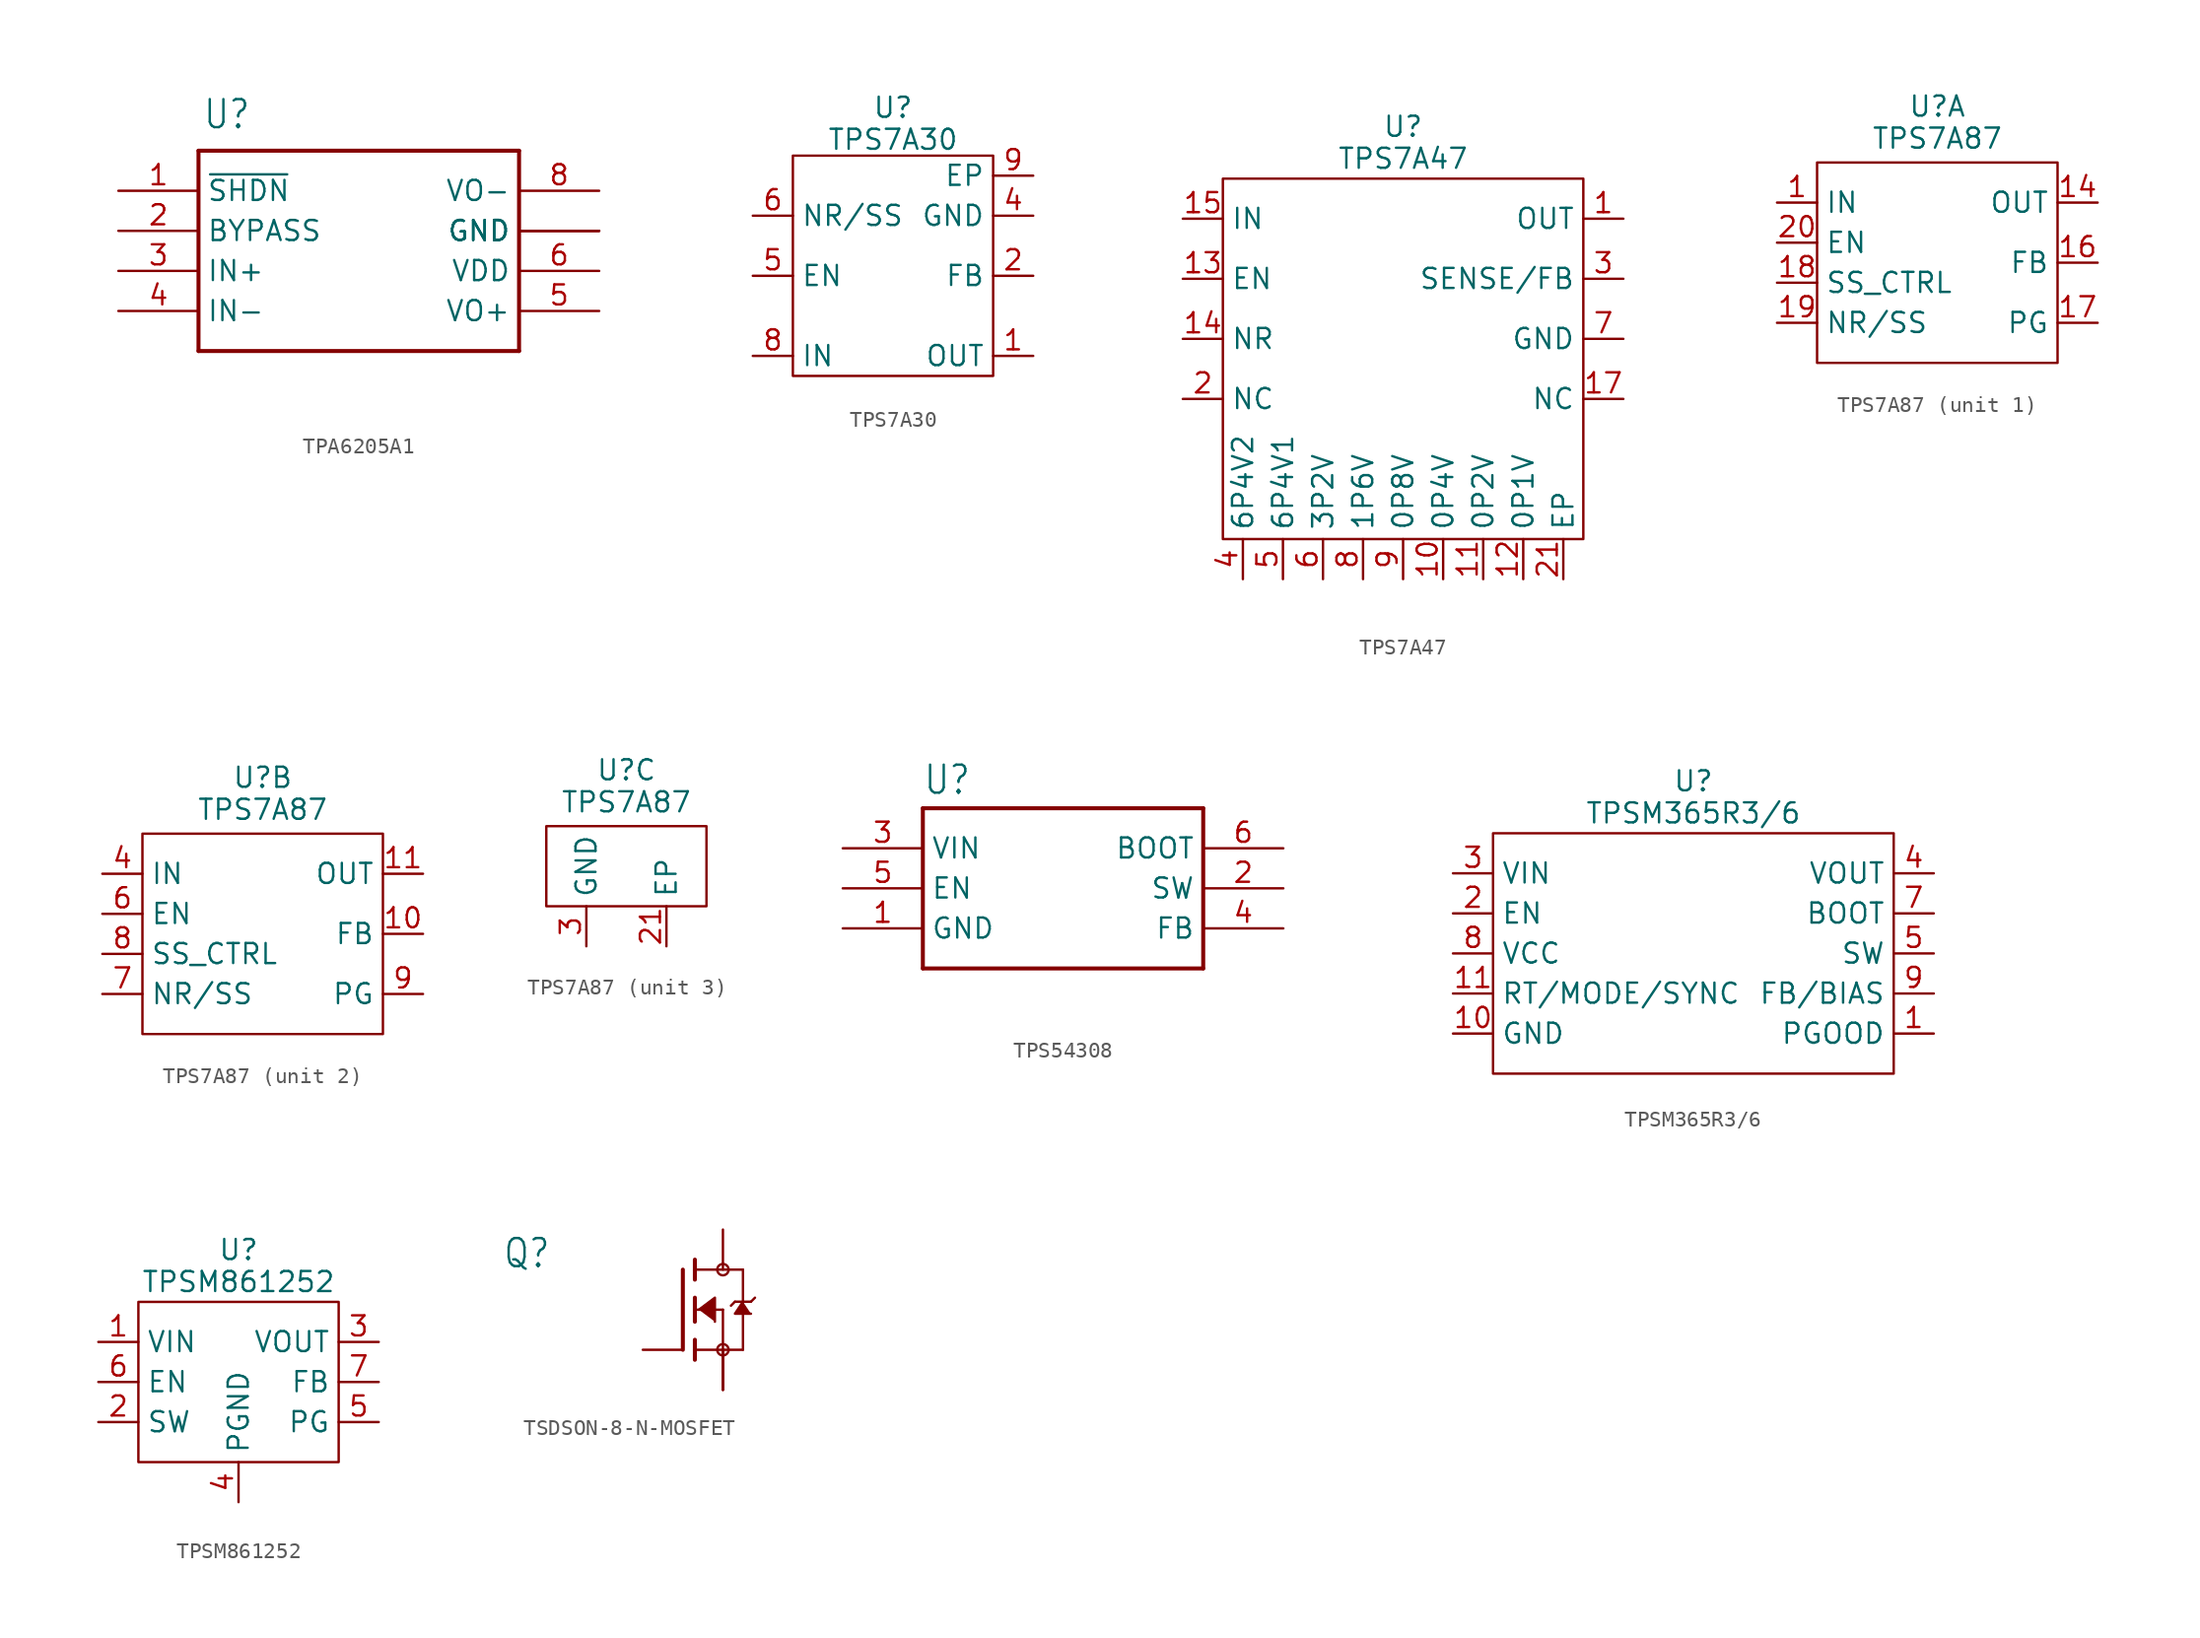
<source format=kicad_sym>
(kicad_symbol_lib
  (version 20231120)
  (generator "kicad_symbol_editor")
  (generator_version "8.0")
  (symbol "TPA6205A1"
    (property "Reference" "U"
      (at -9.906 6.35 0)
      (effects (font (size 1.778 1.511)) (justify left bottom)))
    (property "Value" ""
      (at -9.906 -10.668 0)
      (effects (font (size 1.778 1.511)) (justify left bottom)))
    (property "ki_locked" ""
      (at 0 0 0)
      (effects (font (size 1.27 1.27))))
    (symbol "TPA6205A1_1_0"
      (polyline (pts (xy -10.16 -7.62) (xy 10.16 -7.62)) (stroke (width 0.254) (type solid)) (fill (type none)))
      (polyline (pts (xy -10.16 5.08) (xy -10.16 -7.62)) (stroke (width 0.254) (type solid)) (fill (type none)))
      (polyline (pts (xy 10.16 -7.62) (xy 10.16 5.08)) (stroke (width 0.254) (type solid)) (fill (type none)))
      (polyline (pts (xy 10.16 5.08) (xy -10.16 5.08)) (stroke (width 0.254) (type solid)) (fill (type none)))
      (pin bidirectional line (at -15.24 2.54 0) (length 5.08) (name "~{SHDN}" (effects (font (size 1.27 1.27)))) (number "1" (effects (font (size 1.27 1.27)))))
      (pin bidirectional line (at -15.24 0 0) (length 5.08) (name "BYPASS" (effects (font (size 1.27 1.27)))) (number "2" (effects (font (size 1.27 1.27)))))
      (pin bidirectional line (at -15.24 -2.54 0) (length 5.08) (name "IN+" (effects (font (size 1.27 1.27)))) (number "3" (effects (font (size 1.27 1.27)))))
      (pin bidirectional line (at -15.24 -5.08 0) (length 5.08) (name "IN-" (effects (font (size 1.27 1.27)))) (number "4" (effects (font (size 1.27 1.27)))))
      (pin bidirectional line (at 15.24 -5.08 180) (length 5.08) (name "VO+" (effects (font (size 1.27 1.27)))) (number "5" (effects (font (size 1.27 1.27)))))
      (pin bidirectional line (at 15.24 -2.54 180) (length 5.08) (name "VDD" (effects (font (size 1.27 1.27)))) (number "6" (effects (font (size 1.27 1.27)))))
      (pin bidirectional line (at 15.24 0 180) (length 5.08) (name "GND" (effects (font (size 1.27 1.27)))) (number "7" (effects (font (size 0 0)))))
      (pin bidirectional line (at 15.24 2.54 180) (length 5.08) (name "VO-" (effects (font (size 1.27 1.27)))) (number "8" (effects (font (size 1.27 1.27)))))
      (pin bidirectional line (at 15.24 0 180) (length 5.08) (name "GND" (effects (font (size 1.27 1.27)))) (number "TP1" (effects (font (size 0 0)))))
      (pin bidirectional line (at 15.24 0 180) (length 5.08) (name "GND" (effects (font (size 1.27 1.27)))) (number "TP2" (effects (font (size 0 0)))))))
  (symbol "TPS7A30"
    (property "Reference" "U"
      (at 0 10.668 0)
      (effects (font (size 1.27 1.27))))
    (property "Value" "TPS7A30"
      (at 0 8.636 0)
      (effects (font (size 1.27 1.27))))
    (symbol "TPS7A30_0_0"
      (pin power_out line (at 8.89 -5.08 180) (length 2.54) (name "OUT" (effects (font (size 1.27 1.27)))) (number "1" (effects (font (size 1.27 1.27)))))
      (pin passive line (at 8.89 0 180) (length 2.54) (name "FB" (effects (font (size 1.27 1.27)))) (number "2" (effects (font (size 1.27 1.27)))))
      (pin power_in line (at 8.89 3.81 180) (length 2.54) (name "GND" (effects (font (size 1.27 1.27)))) (number "4" (effects (font (size 1.27 1.27)))))
      (pin input line (at -8.89 0 0) (length 2.54) (name "EN" (effects (font (size 1.27 1.27)))) (number "5" (effects (font (size 1.27 1.27)))))
      (pin passive line (at -8.89 3.81 0) (length 2.54) (name "NR/SS" (effects (font (size 1.27 1.27)))) (number "6" (effects (font (size 1.27 1.27)))))
      (pin power_in line (at -8.89 -5.08 0) (length 2.54) (name "IN" (effects (font (size 1.27 1.27)))) (number "8" (effects (font (size 1.27 1.27)))))
      (pin passive line (at 8.89 6.35 180) (length 2.54) (name "EP" (effects (font (size 1.27 1.27)))) (number "9" (effects (font (size 1.27 1.27))))))
    (symbol "TPS7A30_0_1"
      (polyline (pts (xy 6.35 7.62) (xy -6.35 7.62) (xy -6.35 -6.35) (xy 6.35 -6.35) (xy 6.35 7.62)) (stroke (width 0) (type default)) (fill (type none)))))
  (symbol "TPS7A47"
    (property "Reference" "U"
      (at 0 14.732 0)
      (effects (font (size 1.27 1.27))))
    (property "Value" "TPS7A47"
      (at 0 12.7 0)
      (effects (font (size 1.27 1.27))))
    (symbol "TPS7A47_0_0"
      (pin power_out line (at 13.97 8.89 180) (length 2.54) (name "OUT" (effects (font (size 1.27 1.27)))) (number "1" (effects (font (size 1.27 1.27)))))
      (pin passive line (at 2.54 -13.97 90) (length 2.54) (name "0P4V" (effects (font (size 1.27 1.27)))) (number "10" (effects (font (size 1.27 1.27)))))
      (pin passive line (at 5.08 -13.97 90) (length 2.54) (name "0P2V" (effects (font (size 1.27 1.27)))) (number "11" (effects (font (size 1.27 1.27)))))
      (pin passive line (at 7.62 -13.97 90) (length 2.54) (name "0P1V" (effects (font (size 1.27 1.27)))) (number "12" (effects (font (size 1.27 1.27)))))
      (pin input line (at -13.97 5.08 0) (length 2.54) (name "EN" (effects (font (size 1.27 1.27)))) (number "13" (effects (font (size 1.27 1.27)))))
      (pin passive line (at -13.97 1.27 0) (length 2.54) (name "NR" (effects (font (size 1.27 1.27)))) (number "14" (effects (font (size 1.27 1.27)))))
      (pin power_in line (at -13.97 8.89 0) (length 2.54) (name "IN" (effects (font (size 1.27 1.27)))) (number "15" (effects (font (size 1.27 1.27)))))
      (pin passive line (at -13.97 8.89 0) (length 2.54) hide (name "IN" (effects (font (size 1.27 1.27)))) (number "16" (effects (font (size 1.27 1.27)))))
      (pin free line (at 13.97 -2.54 180) (length 2.54) (name "NC" (effects (font (size 1.27 1.27)))) (number "17" (effects (font (size 1.27 1.27)))))
      (pin free line (at 13.97 -2.54 180) (length 2.54) hide (name "NC" (effects (font (size 1.27 1.27)))) (number "18" (effects (font (size 1.27 1.27)))))
      (pin free line (at 13.97 -2.54 180) (length 2.54) hide (name "NC" (effects (font (size 1.27 1.27)))) (number "19" (effects (font (size 1.27 1.27)))))
      (pin free line (at -13.97 -2.54 0) (length 2.54) (name "NC" (effects (font (size 1.27 1.27)))) (number "2" (effects (font (size 1.27 1.27)))))
      (pin passive line (at 13.97 8.89 180) (length 2.54) hide (name "OUT" (effects (font (size 1.27 1.27)))) (number "20" (effects (font (size 1.27 1.27)))))
      (pin passive line (at 10.16 -13.97 90) (length 2.54) (name "EP" (effects (font (size 1.27 1.27)))) (number "21" (effects (font (size 1.27 1.27)))))
      (pin passive line (at 13.97 5.08 180) (length 2.54) (name "SENSE/FB" (effects (font (size 1.27 1.27)))) (number "3" (effects (font (size 1.27 1.27)))))
      (pin passive line (at -10.16 -13.97 90) (length 2.54) (name "6P4V2" (effects (font (size 1.27 1.27)))) (number "4" (effects (font (size 1.27 1.27)))))
      (pin passive line (at -7.62 -13.97 90) (length 2.54) (name "6P4V1" (effects (font (size 1.27 1.27)))) (number "5" (effects (font (size 1.27 1.27)))))
      (pin passive line (at -5.08 -13.97 90) (length 2.54) (name "3P2V" (effects (font (size 1.27 1.27)))) (number "6" (effects (font (size 1.27 1.27)))))
      (pin passive line (at 13.97 1.27 180) (length 2.54) (name "GND" (effects (font (size 1.27 1.27)))) (number "7" (effects (font (size 1.27 1.27)))))
      (pin passive line (at -2.54 -13.97 90) (length 2.54) (name "1P6V" (effects (font (size 1.27 1.27)))) (number "8" (effects (font (size 1.27 1.27)))))
      (pin passive line (at 0 -13.97 90) (length 2.54) (name "0P8V" (effects (font (size 1.27 1.27)))) (number "9" (effects (font (size 1.27 1.27))))))
    (symbol "TPS7A47_0_1"
      (polyline (pts (xy -11.43 11.43) (xy -11.43 -11.43) (xy 11.43 -11.43) (xy 11.43 11.43) (xy -11.43 11.43)) (stroke (width 0) (type default)) (fill (type none)))))
  (symbol "TPS7A87"
    (property "Reference" "U"
      (at 0 9.906 0)
      (effects (font (size 1.27 1.27))))
    (property "Value" "TPS7A87"
      (at 0 7.874 0)
      (effects (font (size 1.27 1.27))))
    (property "ki_locked" ""
      (at 0 0 0)
      (effects (font (size 1.27 1.27))))
    (symbol "TPS7A87_1_0"
      (pin power_in line (at -10.16 3.81 0) (length 2.54) (name "IN" (effects (font (size 1.27 1.27)))) (number "1" (effects (font (size 1.27 1.27)))))
      (pin power_out line (at 10.16 3.81 180) (length 2.54) (name "OUT" (effects (font (size 1.27 1.27)))) (number "14" (effects (font (size 1.27 1.27)))))
      (pin passive line (at 10.16 3.81 180) (length 2.54) hide (name "OUT" (effects (font (size 1.27 1.27)))) (number "15" (effects (font (size 1.27 1.27)))))
      (pin input line (at 10.16 0 180) (length 2.54) (name "FB" (effects (font (size 1.27 1.27)))) (number "16" (effects (font (size 1.27 1.27)))))
      (pin open_collector line (at 10.16 -3.81 180) (length 2.54) (name "PG" (effects (font (size 1.27 1.27)))) (number "17" (effects (font (size 1.27 1.27)))))
      (pin input line (at -10.16 -1.27 0) (length 2.54) (name "SS_CTRL" (effects (font (size 1.27 1.27)))) (number "18" (effects (font (size 1.27 1.27)))))
      (pin passive line (at -10.16 -3.81 0) (length 2.54) (name "NR/SS" (effects (font (size 1.27 1.27)))) (number "19" (effects (font (size 1.27 1.27)))))
      (pin passive line (at -10.16 3.81 0) (length 2.54) hide (name "IN" (effects (font (size 1.27 1.27)))) (number "2" (effects (font (size 1.27 1.27)))))
      (pin input line (at -10.16 1.27 0) (length 2.54) (name "EN" (effects (font (size 1.27 1.27)))) (number "20" (effects (font (size 1.27 1.27))))))
    (symbol "TPS7A87_1_1"
      (rectangle (start -7.62 6.35) (end 7.62 -6.35) (stroke (width 0) (type default)) (fill (type none))))
    (symbol "TPS7A87_2_0"
      (pin input line (at 10.16 0 180) (length 2.54) (name "FB" (effects (font (size 1.27 1.27)))) (number "10" (effects (font (size 1.27 1.27)))))
      (pin power_out line (at 10.16 3.81 180) (length 2.54) (name "OUT" (effects (font (size 1.27 1.27)))) (number "11" (effects (font (size 1.27 1.27)))))
      (pin passive line (at 10.16 3.81 180) (length 2.54) hide (name "OUT" (effects (font (size 1.27 1.27)))) (number "12" (effects (font (size 1.27 1.27)))))
      (pin power_in line (at -10.16 3.81 0) (length 2.54) (name "IN" (effects (font (size 1.27 1.27)))) (number "4" (effects (font (size 1.27 1.27)))))
      (pin passive line (at -10.16 3.81 0) (length 2.54) hide (name "IN" (effects (font (size 1.27 1.27)))) (number "5" (effects (font (size 1.27 1.27)))))
      (pin input line (at -10.16 1.27 0) (length 2.54) (name "EN" (effects (font (size 1.27 1.27)))) (number "6" (effects (font (size 1.27 1.27)))))
      (pin passive line (at -10.16 -3.81 0) (length 2.54) (name "NR/SS" (effects (font (size 1.27 1.27)))) (number "7" (effects (font (size 1.27 1.27)))))
      (pin input line (at -10.16 -1.27 0) (length 2.54) (name "SS_CTRL" (effects (font (size 1.27 1.27)))) (number "8" (effects (font (size 1.27 1.27)))))
      (pin open_collector line (at 10.16 -3.81 180) (length 2.54) (name "PG" (effects (font (size 1.27 1.27)))) (number "9" (effects (font (size 1.27 1.27))))))
    (symbol "TPS7A87_2_1"
      (rectangle (start -7.62 6.35) (end 7.62 -6.35) (stroke (width 0) (type default)) (fill (type none))))
    (symbol "TPS7A87_3_0"
      (pin passive line (at -2.54 -1.27 90) (length 2.54) hide (name "GND" (effects (font (size 1.27 1.27)))) (number "13" (effects (font (size 1.27 1.27)))))
      (pin passive line (at 2.54 -1.27 90) (length 2.54) (name "EP" (effects (font (size 1.27 1.27)))) (number "21" (effects (font (size 1.27 1.27)))))
      (pin power_in line (at -2.54 -1.27 90) (length 2.54) (name "GND" (effects (font (size 1.27 1.27)))) (number "3" (effects (font (size 1.27 1.27))))))
    (symbol "TPS7A87_3_1"
      (rectangle (start -5.08 1.27) (end 5.08 6.35) (stroke (width 0) (type default)) (fill (type none)))))
  (symbol "TPS54308"
    (property "Reference" "U"
      (at -7.62 5.842 0)
      (effects (font (size 1.778 1.511)) (justify left bottom)))
    (property "Value" ""
      (at -7.62 -7.62 0)
      (effects (font (size 1.778 1.511)) (justify left bottom)))
    (property "ki_locked" ""
      (at 0 0 0)
      (effects (font (size 1.27 1.27))))
    (symbol "TPS54308_1_0"
      (polyline (pts (xy -7.62 -5.08) (xy 10.16 -5.08)) (stroke (width 0.254) (type solid)) (fill (type none)))
      (polyline (pts (xy -7.62 5.08) (xy -7.62 -5.08)) (stroke (width 0.254) (type solid)) (fill (type none)))
      (polyline (pts (xy 10.16 -5.08) (xy 10.16 5.08)) (stroke (width 0.254) (type solid)) (fill (type none)))
      (polyline (pts (xy 10.16 5.08) (xy -7.62 5.08)) (stroke (width 0.254) (type solid)) (fill (type none)))
      (pin bidirectional line (at -12.7 -2.54 0) (length 5.08) (name "GND" (effects (font (size 1.27 1.27)))) (number "1" (effects (font (size 1.27 1.27)))))
      (pin bidirectional line (at 15.24 0 180) (length 5.08) (name "SW" (effects (font (size 1.27 1.27)))) (number "2" (effects (font (size 1.27 1.27)))))
      (pin bidirectional line (at -12.7 2.54 0) (length 5.08) (name "VIN" (effects (font (size 1.27 1.27)))) (number "3" (effects (font (size 1.27 1.27)))))
      (pin bidirectional line (at 15.24 -2.54 180) (length 5.08) (name "FB" (effects (font (size 1.27 1.27)))) (number "4" (effects (font (size 1.27 1.27)))))
      (pin bidirectional line (at -12.7 0 0) (length 5.08) (name "EN" (effects (font (size 1.27 1.27)))) (number "5" (effects (font (size 1.27 1.27)))))
      (pin bidirectional line (at 15.24 2.54 180) (length 5.08) (name "BOOT" (effects (font (size 1.27 1.27)))) (number "6" (effects (font (size 1.27 1.27)))))))
  (symbol "TPSM365R3/6"
    (property "Reference" "U"
      (at 0 10.922 0)
      (effects (font (size 1.27 1.27))))
    (property "Value" "TPSM365R3/6"
      (at 0 8.89 0)
      (effects (font (size 1.27 1.27))))
    (symbol "TPSM365R3/6_0_0"
      (pin output line (at 15.24 -5.08 180) (length 2.54) (name "PGOOD" (effects (font (size 1.27 1.27)))) (number "1" (effects (font (size 1.27 1.27)))))
      (pin power_in line (at -15.24 -5.08 0) (length 2.54) (name "GND" (effects (font (size 1.27 1.27)))) (number "10" (effects (font (size 1.27 1.27)))))
      (pin input line (at -15.24 -2.54 0) (length 2.54) (name "RT/MODE/SYNC" (effects (font (size 1.27 1.27)))) (number "11" (effects (font (size 1.27 1.27)))))
      (pin input line (at -15.24 2.54 0) (length 2.54) (name "EN" (effects (font (size 1.27 1.27)))) (number "2" (effects (font (size 1.27 1.27)))))
      (pin power_in line (at -15.24 5.08 0) (length 2.54) (name "VIN" (effects (font (size 1.27 1.27)))) (number "3" (effects (font (size 1.27 1.27)))))
      (pin power_out line (at 15.24 5.08 180) (length 2.54) (name "VOUT" (effects (font (size 1.27 1.27)))) (number "4" (effects (font (size 1.27 1.27)))))
      (pin passive line (at 15.24 0 180) (length 2.54) (name "SW" (effects (font (size 1.27 1.27)))) (number "5" (effects (font (size 1.27 1.27)))))
      (pin passive line (at 15.24 0 180) (length 2.54) hide (name "SW" (effects (font (size 1.27 1.27)))) (number "6" (effects (font (size 1.27 1.27)))))
      (pin passive line (at 15.24 2.54 180) (length 2.54) (name "BOOT" (effects (font (size 1.27 1.27)))) (number "7" (effects (font (size 1.27 1.27)))))
      (pin passive line (at -15.24 0 0) (length 2.54) (name "VCC" (effects (font (size 1.27 1.27)))) (number "8" (effects (font (size 1.27 1.27)))))
      (pin input line (at 15.24 -2.54 180) (length 2.54) (name "FB/BIAS" (effects (font (size 1.27 1.27)))) (number "9" (effects (font (size 1.27 1.27))))))
    (symbol "TPSM365R3/6_0_1"
      (rectangle (start -12.7 7.62) (end 12.7 -7.62) (stroke (width 0) (type default)) (fill (type none)))))
  (symbol "TPSM861252"
    (property "Reference" "U"
      (at 0 8.382 0)
      (effects (font (size 1.27 1.27))))
    (property "Value" "TPSM861252"
      (at 0 6.35 0)
      (effects (font (size 1.27 1.27))))
    (symbol "TPSM861252_0_0"
      (pin power_in line (at -8.89 2.54 0) (length 2.54) (name "VIN" (effects (font (size 1.27 1.27)))) (number "1" (effects (font (size 1.27 1.27)))))
      (pin passive line (at -8.89 -2.54 0) (length 2.54) (name "SW" (effects (font (size 1.27 1.27)))) (number "2" (effects (font (size 1.27 1.27)))))
      (pin power_out line (at 8.89 2.54 180) (length 2.54) (name "VOUT" (effects (font (size 1.27 1.27)))) (number "3" (effects (font (size 1.27 1.27)))))
      (pin power_in line (at 0 -7.62 90) (length 2.54) (name "PGND" (effects (font (size 1.27 1.27)))) (number "4" (effects (font (size 1.27 1.27)))))
      (pin output line (at 8.89 -2.54 180) (length 2.54) (name "PG" (effects (font (size 1.27 1.27)))) (number "5" (effects (font (size 1.27 1.27)))))
      (pin input line (at -8.89 0 0) (length 2.54) (name "EN" (effects (font (size 1.27 1.27)))) (number "6" (effects (font (size 1.27 1.27)))))
      (pin input line (at 8.89 0 180) (length 2.54) (name "FB" (effects (font (size 1.27 1.27)))) (number "7" (effects (font (size 1.27 1.27))))))
    (symbol "TPSM861252_0_1"
      (rectangle (start -6.35 -5.08) (end 6.35 5.08) (stroke (width 0) (type default)) (fill (type none)))))
  (symbol "TSDSON-8-N-MOSFET"
    (property "Reference" "Q"
      (at -11.43 2.54 0)
      (effects (font (size 1.778 1.511)) (justify left bottom)))
    (property "Value" ""
      (at -11.43 0 0)
      (effects (font (size 1.778 1.511)) (justify left bottom)))
    (property "ki_locked" ""
      (at 0 0 0)
      (effects (font (size 1.27 1.27))))
    (symbol "TSDSON-8-N-MOSFET_1_0"
      (polyline (pts (xy 0 2.54) (xy 0 -2.54)) (stroke (width 0.254) (type solid)) (fill (type none)))
      (polyline (pts (xy 0.762 -2.54) (xy 0.762 -3.175)) (stroke (width 0.254) (type solid)) (fill (type none)))
      (polyline (pts (xy 0.762 -1.905) (xy 0.762 -2.54)) (stroke (width 0.254) (type solid)) (fill (type none)))
      (polyline (pts (xy 0.762 0) (xy 0.762 -0.762)) (stroke (width 0.254) (type solid)) (fill (type none)))
      (polyline (pts (xy 0.762 0) (xy 2.54 0)) (stroke (width 0.152) (type solid)) (fill (type none)))
      (polyline (pts (xy 0.762 0.762) (xy 0.762 0)) (stroke (width 0.254) (type solid)) (fill (type none)))
      (polyline (pts (xy 0.762 2.54) (xy 0.762 1.905)) (stroke (width 0.254) (type solid)) (fill (type none)))
      (polyline (pts (xy 0.762 2.54) (xy 3.81 2.54)) (stroke (width 0.152) (type solid)) (fill (type none)))
      (polyline (pts (xy 0.762 3.175) (xy 0.762 2.54)) (stroke (width 0.254) (type solid)) (fill (type none)))
      (polyline (pts (xy 2.54 -2.54) (xy 0.762 -2.54)) (stroke (width 0.152) (type solid)) (fill (type none)))
      (polyline (pts (xy 2.54 -2.54) (xy 3.81 -2.54)) (stroke (width 0.152) (type solid)) (fill (type none)))
      (polyline (pts (xy 2.54 0) (xy 2.54 -2.54)) (stroke (width 0.152) (type solid)) (fill (type none)))
      (polyline (pts (xy 3.302 0.508) (xy 3.048 0.254)) (stroke (width 0.152) (type solid)) (fill (type none)))
      (polyline (pts (xy 3.81 0.508) (xy 3.302 0.508)) (stroke (width 0.152) (type solid)) (fill (type none)))
      (polyline (pts (xy 3.81 0.508) (xy 3.81 -2.54)) (stroke (width 0.152) (type solid)) (fill (type none)))
      (polyline (pts (xy 3.81 2.54) (xy 3.81 0.508)) (stroke (width 0.152) (type solid)) (fill (type none)))
      (polyline (pts (xy 4.318 0.508) (xy 3.81 0.508)) (stroke (width 0.152) (type solid)) (fill (type none)))
      (polyline (pts (xy 4.572 0.762) (xy 4.318 0.508)) (stroke (width 0.152) (type solid)) (fill (type none)))
      (polyline (pts (xy 1.016 0) (xy 2.032 0.762) (xy 2.032 -0.762)) (stroke (width 0.152) (type solid)) (fill (type outline)))
      (polyline (pts (xy 3.81 0.508) (xy 3.302 -0.254) (xy 4.318 -0.254)) (stroke (width 0.152) (type solid)) (fill (type outline)))
      (circle (center 2.54 -2.54) (radius 0.359) (stroke (width 0) (type solid)) (fill (type none)))
      (circle (center 2.54 2.54) (radius 0.359) (stroke (width 0) (type solid)) (fill (type none)))
      (pin passive line (at 2.54 -5.08 90) (length 2.54) (name "S" (effects (font (size 0 0)))) (number "1" (effects (font (size 0 0)))))
      (pin passive line (at 2.54 -5.08 90) (length 2.54) (name "S" (effects (font (size 0 0)))) (number "2" (effects (font (size 0 0)))))
      (pin passive line (at 2.54 -5.08 90) (length 2.54) (name "S" (effects (font (size 0 0)))) (number "3" (effects (font (size 0 0)))))
      (pin passive line (at -2.54 -2.54 0) (length 2.54) (name "G" (effects (font (size 0 0)))) (number "4" (effects (font (size 0 0)))))
      (pin passive line (at 2.54 5.08 270) (length 2.54) (name "D" (effects (font (size 0 0)))) (number "5-8" (effects (font (size 0 0))))))))
</source>
